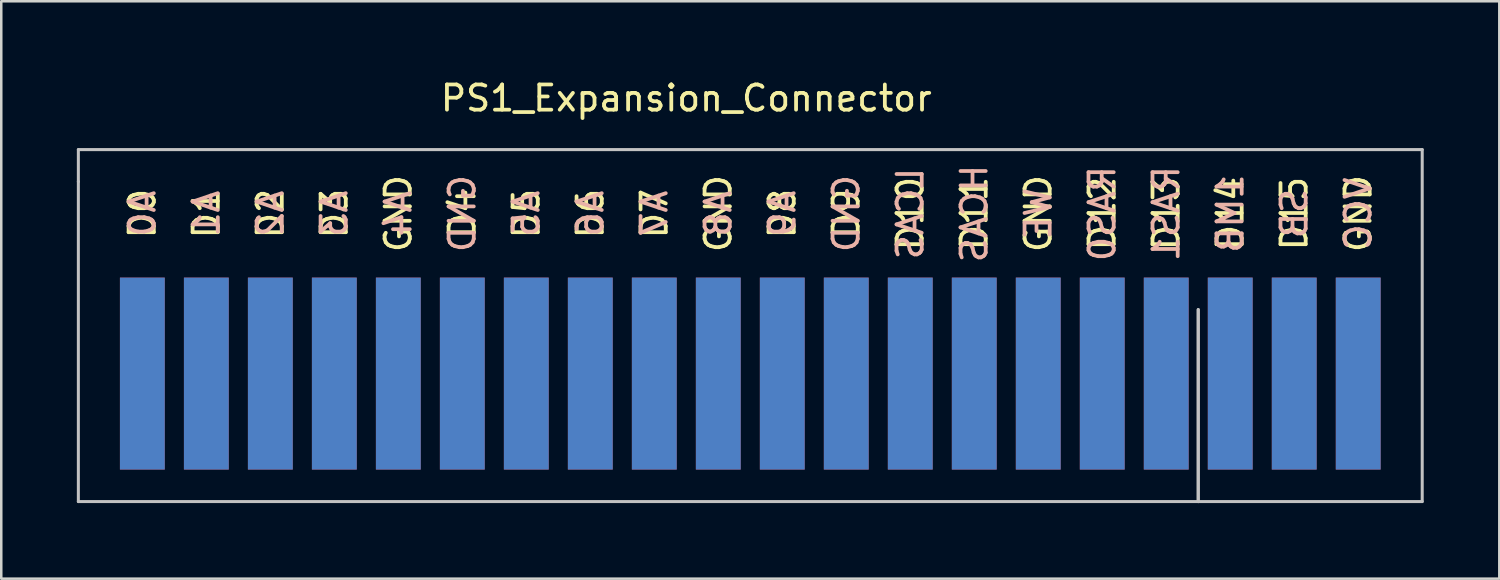
<source format=kicad_pcb>
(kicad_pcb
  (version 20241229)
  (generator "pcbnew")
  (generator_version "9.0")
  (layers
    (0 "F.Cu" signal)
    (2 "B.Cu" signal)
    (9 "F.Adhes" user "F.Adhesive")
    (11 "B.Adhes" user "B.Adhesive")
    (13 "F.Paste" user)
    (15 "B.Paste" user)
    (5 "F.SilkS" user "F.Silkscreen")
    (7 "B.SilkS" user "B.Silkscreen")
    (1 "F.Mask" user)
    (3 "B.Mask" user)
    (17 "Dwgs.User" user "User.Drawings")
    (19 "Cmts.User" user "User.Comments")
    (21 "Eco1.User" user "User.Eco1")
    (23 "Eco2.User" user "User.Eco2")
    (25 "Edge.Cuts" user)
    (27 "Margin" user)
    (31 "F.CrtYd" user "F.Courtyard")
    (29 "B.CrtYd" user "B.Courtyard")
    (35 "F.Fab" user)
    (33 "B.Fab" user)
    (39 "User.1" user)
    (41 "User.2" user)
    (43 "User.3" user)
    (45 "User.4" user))
  (footprint "PS1_Expansion_Connector"
    (layer "F.Cu")
    (at 24.19 0.348)
    (property "Reference" "PS1_Expansion_Connector" (at 0 0.5 0) (layer "F.SilkS") (effects (font (size 1 1) (thickness 0.15))))
    (attr through_hole)
    (fp_line (start -24.13 2.54) (end -24.13 3.81) (stroke (width 0.12) (type solid)) (layer "Dwgs.User"))
    (fp_line (start -24.13 3.81) (end -24.13 16.51) (stroke (width 0.12) (type solid)) (layer "Dwgs.User"))
    (fp_line (start -24.13 16.51) (end 20.32 16.51) (stroke (width 0.12) (type solid)) (layer "Dwgs.User"))
    (fp_line (start 20.32 8.89) (end 20.32 16.51) (stroke (width 0.12) (type solid)) (layer "Dwgs.User"))
    (fp_line (start 20.32 16.51) (end 20.32 8.89) (stroke (width 0.12) (type solid)) (layer "Dwgs.User"))
    (fp_line (start 20.32 16.51) (end 29.21 16.51) (stroke (width 0.12) (type solid)) (layer "Dwgs.User"))
    (fp_line (start 29.21 2.54) (end -24.13 2.54) (stroke (width 0.12) (type solid)) (layer "Dwgs.User"))
    (fp_line (start 29.21 16.51) (end 29.21 2.54) (stroke (width 0.12) (type solid)) (layer "Dwgs.User"))
    (fp_text user "D15" (at 24.13 5.08 90) (layer "F.SilkS") (effects (font (size 1 1) (thickness 0.15))))
    (fp_text user "D12" (at 16.51 5.08 90) (layer "F.SilkS") (effects (font (size 1 1) (thickness 0.15))))
    (fp_text user "D7" (at -1.27 5.08 90) (layer "F.SilkS") (effects (font (size 1 1) (thickness 0.15))))
    (fp_text user "D14" (at 21.59 5.08 90) (layer "F.SilkS") (effects (font (size 1 1) (thickness 0.15))))
    (fp_text user "GND" (at 26.67 5.08 90) (layer "F.SilkS") (effects (font (size 1 1) (thickness 0.15))))
    (fp_text user "GND" (at 13.97 5.08 90) (layer "F.SilkS") (effects (font (size 1 1) (thickness 0.15))))
    (fp_text user "D0" (at -21.59 5.08 90) (layer "F.SilkS") (effects (font (size 1 1) (thickness 0.15))))
    (fp_text user "D6" (at -3.81 5.08 90) (layer "F.SilkS") (effects (font (size 1 1) (thickness 0.15))))
    (fp_text user "D8" (at 3.81 5.08 90) (layer "F.SilkS") (effects (font (size 1 1) (thickness 0.15))))
    (fp_text user "GND" (at -11.43 5.08 90) (layer "F.SilkS") (effects (font (size 1 1) (thickness 0.15))))
    (fp_text user "D1" (at -19.05 5.08 90) (layer "F.SilkS") (effects (font (size 1 1) (thickness 0.15))))
    (fp_text user "D2" (at -16.51 5.08 90) (layer "F.SilkS") (effects (font (size 1 1) (thickness 0.15))))
    (fp_text user "D13" (at 19.05 5.08 90) (layer "F.SilkS") (effects (font (size 1 1) (thickness 0.15))))
    (fp_text user "D10" (at 8.89 5.08 90) (layer "F.SilkS") (effects (font (size 1 1) (thickness 0.15))))
    (fp_text user "D4" (at -8.89 5.08 90) (layer "F.SilkS") (effects (font (size 1 1) (thickness 0.15))))
    (fp_text user "D11" (at 11.43 5.08 90) (layer "F.SilkS") (effects (font (size 1 1) (thickness 0.15))))
    (fp_text user "D3" (at -13.97 5.08 90) (layer "F.SilkS") (effects (font (size 1 1) (thickness 0.15))))
    (fp_text user "D9" (at 6.35 5.08 90) (layer "F.SilkS") (effects (font (size 1 1) (thickness 0.15))))
    (fp_text user "D5" (at -6.35 5.08 90) (layer "F.SilkS") (effects (font (size 1 1) (thickness 0.15))))
    (fp_text user "GND" (at 1.27 5.08 90) (layer "F.SilkS") (effects (font (size 1 1) (thickness 0.15))))
    (fp_text user "HCAS" (at 11.43 5.08 270) (layer "B.SilkS") (effects (font (size 1 1) (thickness 0.15)) (justify mirror)))
    (fp_text user "SB" (at 24.13 5.08 270) (layer "B.SilkS") (effects (font (size 1 1) (thickness 0.15)) (justify mirror)))
    (fp_text user "RAS1" (at 19.05 5.08 270) (layer "B.SilkS") (effects (font (size 1 1) (thickness 0.15)) (justify mirror)))
    (fp_text user "1MB" (at 21.59 5.08 270) (layer "B.SilkS") (effects (font (size 1 1) (thickness 0.15)) (justify mirror)))
    (fp_text user "A1" (at -19.05 5.08 270) (layer "B.SilkS") (effects (font (size 1 1) (thickness 0.15)) (justify mirror)))
    (fp_text user "A6" (at -3.81 5.08 270) (layer "B.SilkS") (effects (font (size 1 1) (thickness 0.15)) (justify mirror)))
    (fp_text user "WE" (at 13.97 5.08 270) (layer "B.SilkS") (effects (font (size 1 1) (thickness 0.15)) (justify mirror)))
    (fp_text user "A8" (at 1.27 5.08 270) (layer "B.SilkS") (effects (font (size 1 1) (thickness 0.15)) (justify mirror)))
    (fp_text user "GND" (at -8.89 5.08 270) (layer "B.SilkS") (effects (font (size 1 1) (thickness 0.15)) (justify mirror)))
    (fp_text user "A9" (at 3.81 5.08 270) (layer "B.SilkS") (effects (font (size 1 1) (thickness 0.15)) (justify mirror)))
    (fp_text user "A4" (at -11.43 5.08 270) (layer "B.SilkS") (effects (font (size 1 1) (thickness 0.15)) (justify mirror)))
    (fp_text user "VCC" (at 26.67 5.08 270) (layer "B.SilkS") (effects (font (size 1 1) (thickness 0.15)) (justify mirror)))
    (fp_text user "A7" (at -1.27 5.08 270) (layer "B.SilkS") (effects (font (size 1 1) (thickness 0.15)) (justify mirror)))
    (fp_text user "LCAS" (at 8.89 5.08 270) (layer "B.SilkS") (effects (font (size 1 1) (thickness 0.15)) (justify mirror)))
    (fp_text user "GND" (at 6.35 5.08 270) (layer "B.SilkS") (effects (font (size 1 1) (thickness 0.15)) (justify mirror)))
    (fp_text user "A2" (at -16.51 5.08 270) (layer "B.SilkS") (effects (font (size 1 1) (thickness 0.15)) (justify mirror)))
    (fp_text user "A0" (at -21.59 5.08 270) (layer "B.SilkS") (effects (font (size 1 1) (thickness 0.15)) (justify mirror)))
    (fp_text user "A5" (at -6.35 5.08 270) (layer "B.SilkS") (effects (font (size 1 1) (thickness 0.15)) (justify mirror)))
    (fp_text user "RAS0" (at 16.51 5.08 270) (layer "B.SilkS") (effects (font (size 1 1) (thickness 0.15)) (justify mirror)))
    (fp_text user "A3" (at -13.97 5.08 270) (layer "B.SilkS") (effects (font (size 1 1) (thickness 0.15)) (justify mirror)))
    (pad "1" connect rect (at -21.59 11.43) (size 1.78 7.62) (layers "F.Cu" "F.Mask"))
    (pad "2" connect rect (at -19.05 11.43) (size 1.78 7.62) (layers "F.Cu" "F.Mask"))
    (pad "3" connect rect (at -16.51 11.43) (size 1.78 7.62) (layers "F.Cu" "F.Mask"))
    (pad "4" connect rect (at -13.97 11.43) (size 1.78 7.62) (layers "F.Cu" "F.Mask"))
    (pad "5" connect rect (at -11.43 11.43) (size 1.78 7.62) (layers "F.Cu" "F.Mask"))
    (pad "6" connect rect (at -8.89 11.43) (size 1.78 7.62) (layers "F.Cu" "F.Mask"))
    (pad "7" connect rect (at -6.35 11.43) (size 1.78 7.62) (layers "F.Cu" "F.Mask"))
    (pad "8" connect rect (at -3.81 11.43) (size 1.78 7.62) (layers "F.Cu" "F.Mask"))
    (pad "9" connect rect (at -1.27 11.43) (size 1.78 7.62) (layers "F.Cu" "F.Mask"))
    (pad "10" connect rect (at 1.27 11.43) (size 1.78 7.62) (layers "F.Cu" "F.Mask"))
    (pad "11" connect rect (at 3.81 11.43) (size 1.78 7.62) (layers "F.Cu" "F.Mask"))
    (pad "12" connect rect (at 6.35 11.43) (size 1.78 7.62) (layers "F.Cu" "F.Mask"))
    (pad "13" connect rect (at 8.89 11.43) (size 1.78 7.62) (layers "F.Cu" "F.Mask"))
    (pad "14" connect rect (at 11.43 11.43) (size 1.78 7.62) (layers "F.Cu" "F.Mask"))
    (pad "15" connect rect (at 13.97 11.43) (size 1.78 7.62) (layers "F.Cu" "F.Mask"))
    (pad "16" connect rect (at 16.51 11.43) (size 1.78 7.62) (layers "F.Cu" "F.Mask"))
    (pad "17" connect rect (at 19.05 11.43) (size 1.78 7.62) (layers "F.Cu" "F.Mask"))
    (pad "18" connect rect (at 21.59 11.43) (size 1.78 7.62) (layers "F.Cu" "F.Mask"))
    (pad "19" connect rect (at 24.13 11.43) (size 1.78 7.62) (layers "F.Cu" "F.Mask"))
    (pad "20" connect rect (at 26.67 11.43) (size 1.78 7.62) (layers "F.Cu" "F.Mask"))
    (pad "21" connect rect (at 26.67 11.43) (size 1.78 7.62) (layers "B.Cu" "B.Mask"))
    (pad "22" connect rect (at 24.13 11.43) (size 1.78 7.62) (layers "B.Cu" "B.Mask"))
    (pad "23" connect rect (at 21.59 11.43) (size 1.78 7.62) (layers "B.Cu" "B.Mask"))
    (pad "24" connect rect (at 19.05 11.43) (size 1.78 7.62) (layers "B.Cu" "B.Mask"))
    (pad "25" connect rect (at 16.51 11.43) (size 1.78 7.62) (layers "B.Cu" "B.Mask"))
    (pad "26" connect rect (at 13.97 11.43) (size 1.78 7.62) (layers "B.Cu" "B.Mask"))
    (pad "27" connect rect (at 11.43 11.43) (size 1.78 7.62) (layers "B.Cu" "B.Mask"))
    (pad "28" connect rect (at 8.89 11.43) (size 1.78 7.62) (layers "B.Cu" "B.Mask"))
    (pad "29" connect rect (at 6.35 11.43) (size 1.78 7.62) (layers "B.Cu" "B.Mask"))
    (pad "30" connect rect (at 3.81 11.43) (size 1.78 7.62) (layers "B.Cu" "B.Mask"))
    (pad "31" connect rect (at 1.27 11.43) (size 1.78 7.62) (layers "B.Cu" "B.Mask"))
    (pad "32" connect rect (at -1.27 11.43) (size 1.78 7.62) (layers "B.Cu" "B.Mask"))
    (pad "33" connect rect (at -3.81 11.43) (size 1.78 7.62) (layers "B.Cu" "B.Mask"))
    (pad "34" connect rect (at -6.35 11.43) (size 1.78 7.62) (layers "B.Cu" "B.Mask"))
    (pad "35" connect rect (at -8.89 11.43) (size 1.78 7.62) (layers "B.Cu" "B.Mask"))
    (pad "36" connect rect (at -11.43 11.43) (size 1.78 7.62) (layers "B.Cu" "B.Mask"))
    (pad "37" connect rect (at -13.97 11.43) (size 1.78 7.62) (layers "B.Cu" "B.Mask"))
    (pad "38" connect rect (at -16.51 11.43) (size 1.78 7.62) (layers "B.Cu" "B.Mask"))
    (pad "39" connect rect (at -19.05 11.43) (size 1.78 7.62) (layers "B.Cu" "B.Mask"))
    (pad "40" connect rect (at -21.59 11.43) (size 1.78 7.62) (layers "B.Cu" "B.Mask")))
  (gr_rect
    (start -3 -3)
    (end 56.46 19.918)
    (stroke (width 0.1) (type default))
    (fill no)
    (layer "Edge.Cuts")))
</source>
